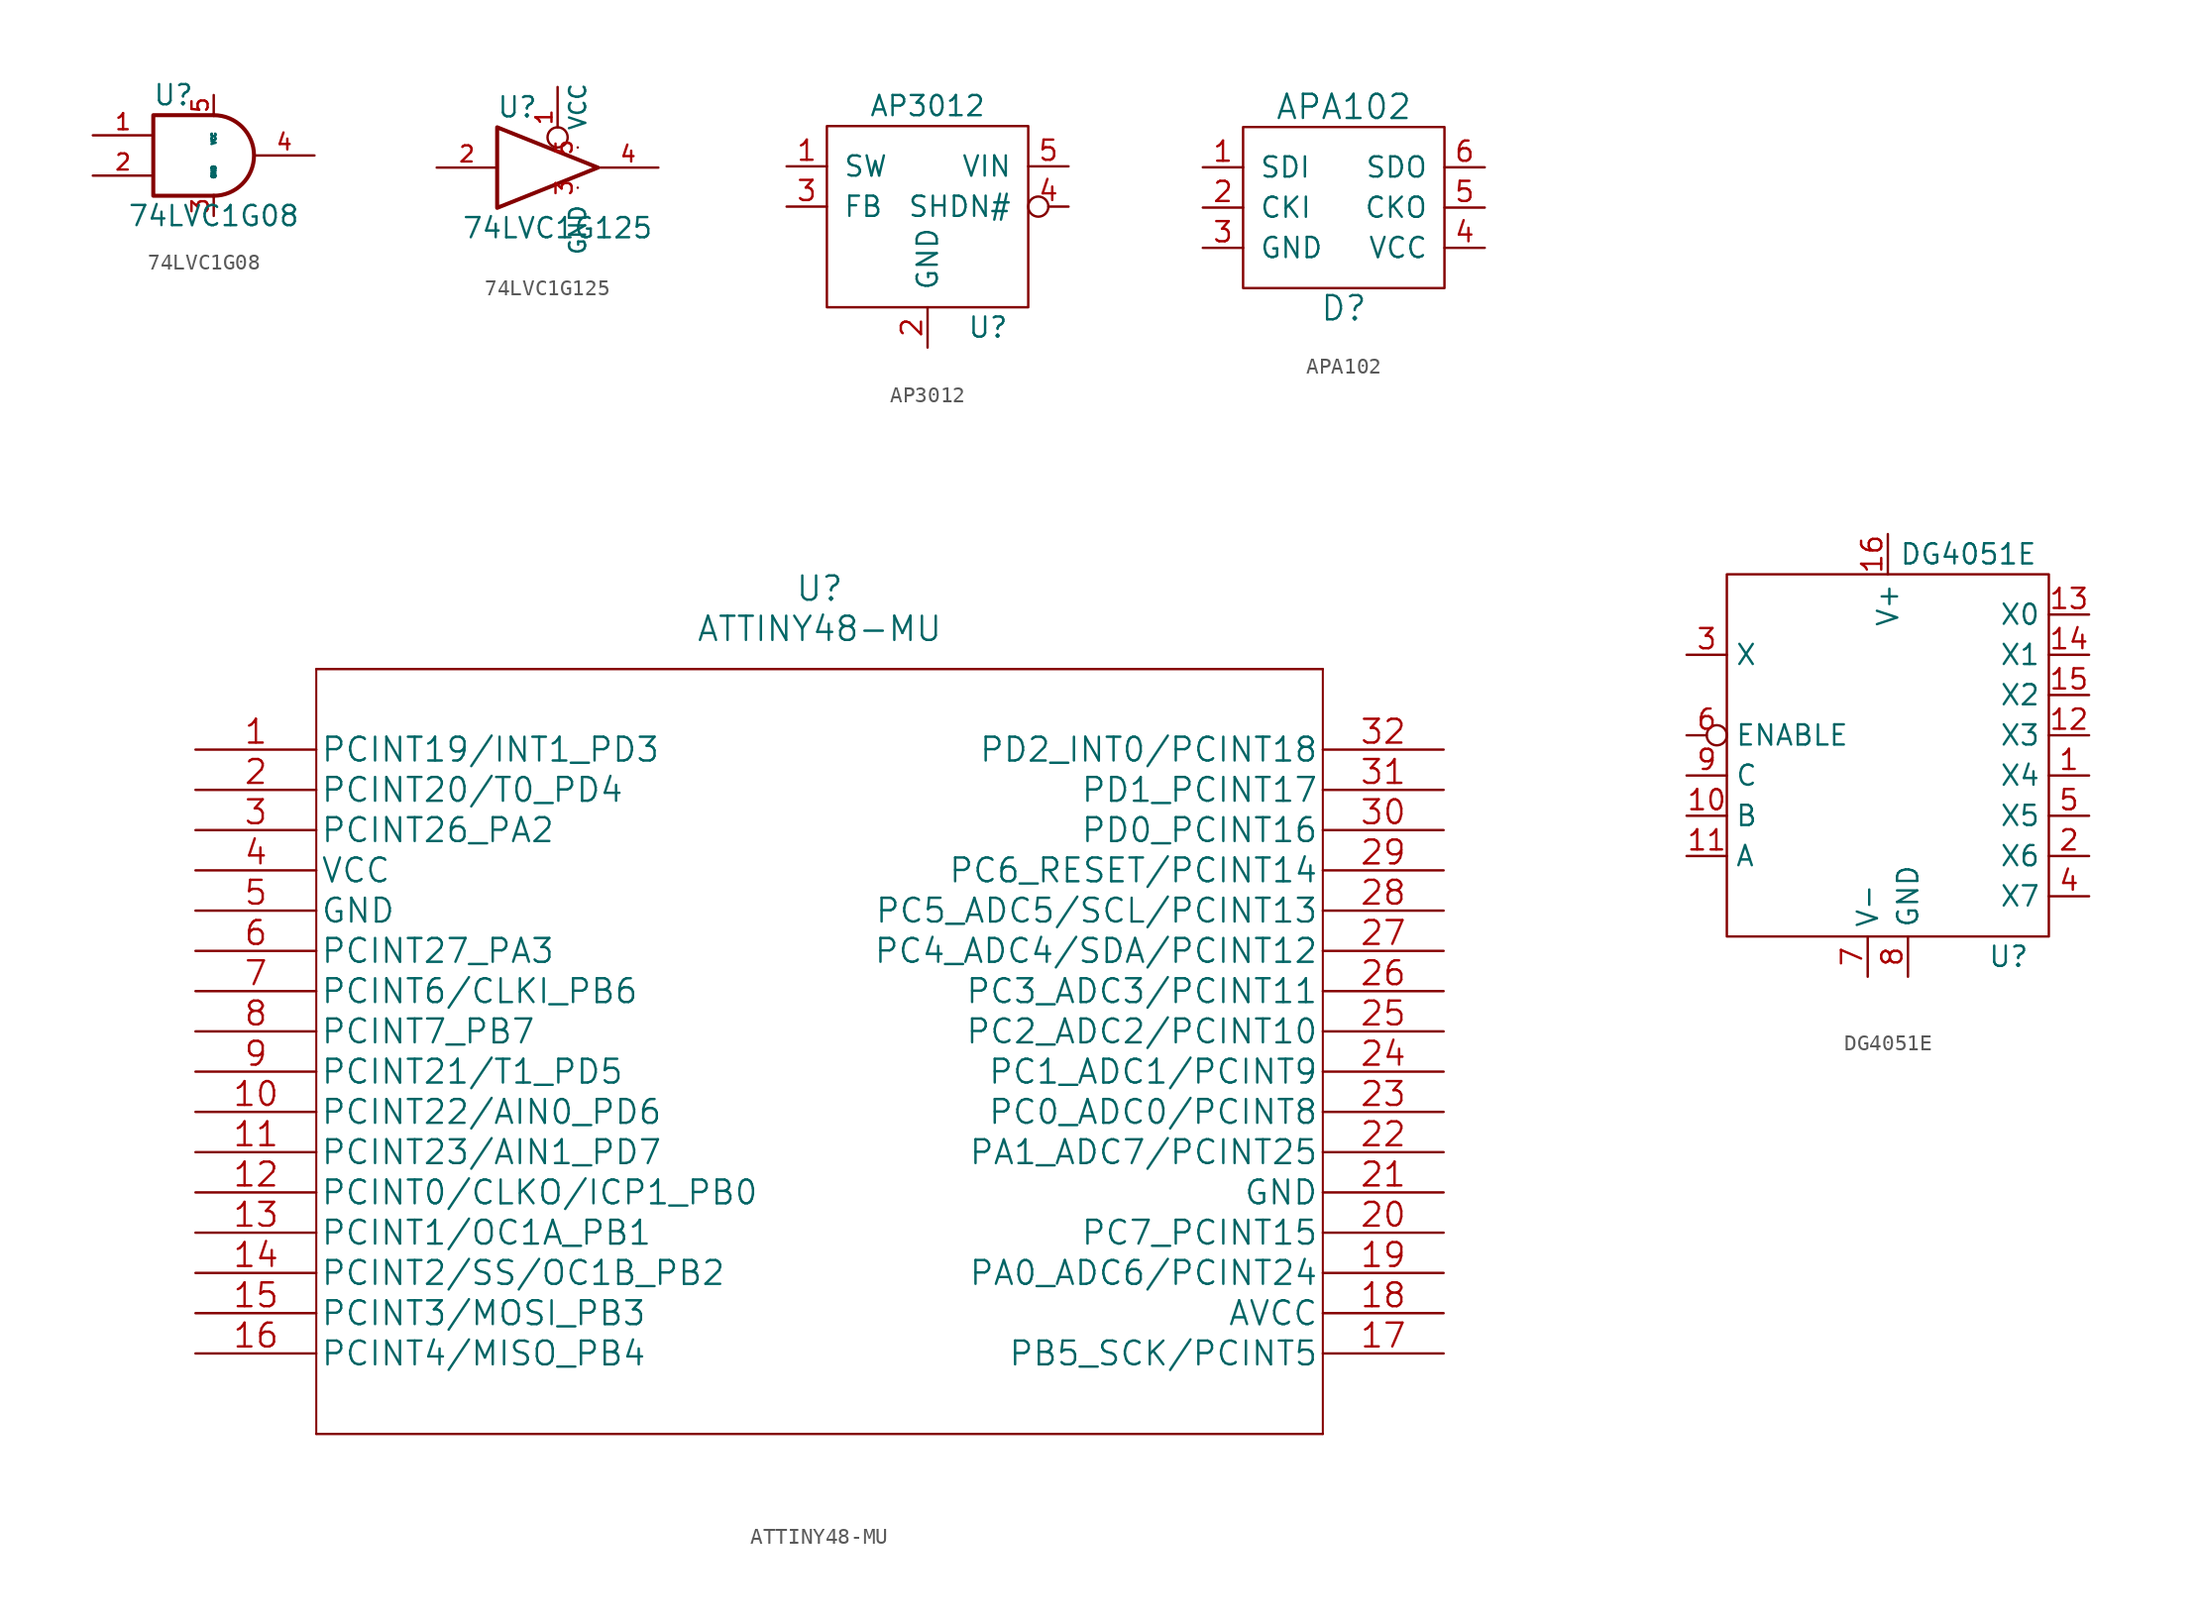
<source format=kicad_sym>
(kicad_symbol_lib
  (version 20231120)
  (generator "kicad_symbol_editor")
  (generator_version "8.0")
  (symbol "74LVC1G08"
    (pin_names
      (offset 1.016))
    (property "Reference" "U"
      (at -2.54 3.81 0)
      (effects (font (size 1.27 1.27))))
    (property "Value" "74LVC1G08"
      (at 0 -3.81 0)
      (effects (font (size 1.27 1.27))))
    (symbol "74LVC1G08_0_1"
      (arc (start 0 -2.54) (mid 2.529 0) (end 0 2.54) (stroke (width 0.254) (type default)) (fill (type none)))
      (polyline (pts (xy 0 -2.54) (xy -3.81 -2.54) (xy -3.81 2.54) (xy 0 2.54)) (stroke (width 0.254) (type default)) (fill (type none))))
    (symbol "74LVC1G08_1_1"
      (pin input line (at -7.62 1.27 0) (length 3.81) (name "~" (effects (font (size 1.016 1.016)))) (number "1" (effects (font (size 1.016 1.016)))))
      (pin input line (at -7.62 -1.27 0) (length 3.81) (name "~" (effects (font (size 1.016 1.016)))) (number "2" (effects (font (size 1.016 1.016)))))
      (pin power_in line (at 0 -3.81 90) (length 1.27) (name "GND" (effects (font (size 0.254 0.254)))) (number "3" (effects (font (size 1.016 1.016)))))
      (pin output line (at 6.35 0 180) (length 3.81) (name "~" (effects (font (size 1.016 1.016)))) (number "4" (effects (font (size 1.016 1.016)))))
      (pin power_in line (at 0 3.81 270) (length 1.27) (name "VCC" (effects (font (size 0.254 0.254)))) (number "5" (effects (font (size 1.016 1.016)))))))
  (symbol "74LVC1G125"
    (pin_names
      (offset 1.016))
    (property "Reference" "U"
      (at -2.54 3.81 0)
      (effects (font (size 1.27 1.27))))
    (property "Value" "74LVC1G125"
      (at 0 -3.81 0)
      (effects (font (size 1.27 1.27))))
    (symbol "74LVC1G125_0_1"
      (polyline (pts (xy -3.81 2.54) (xy -3.81 -2.54) (xy 2.54 0) (xy -3.81 2.54)) (stroke (width 0.254) (type default)) (fill (type none))))
    (symbol "74LVC1G125_1_1"
      (pin input inverted (at 0 5.08 270) (length 3.81) (name "~" (effects (font (size 1.016 1.016)))) (number "1" (effects (font (size 1.016 1.016)))))
      (pin input line (at -7.62 0 0) (length 3.81) (name "~" (effects (font (size 1.016 1.016)))) (number "2" (effects (font (size 1.016 1.016)))))
      (pin power_in line (at 1.27 -1.27 270) (length 0) (name "GND" (effects (font (size 1.016 1.016)))) (number "3" (effects (font (size 1.016 1.016)))))
      (pin tri_state line (at 6.35 0 180) (length 3.81) (name "~" (effects (font (size 1.016 1.016)))) (number "4" (effects (font (size 1.016 1.016)))))
      (pin power_in line (at 1.27 1.27 90) (length 0) (name "VCC" (effects (font (size 1.016 1.016)))) (number "5" (effects (font (size 1.016 1.016)))))))
  (symbol "AP3012"
    (pin_names
      (offset 1.016))
    (property "Reference" "U"
      (at 3.81 -7.62 0)
      (effects (font (size 1.27 1.27))))
    (property "Value" "AP3012"
      (at 0 6.35 0)
      (effects (font (size 1.27 1.27))))
    (symbol "AP3012_0_1"
      (rectangle (start -6.35 5.08) (end 6.35 -6.35) (stroke (width 0) (type default)) (fill (type none))))
    (symbol "AP3012_1_1"
      (pin power_out line (at -8.89 2.54 0) (length 2.54) (name "SW" (effects (font (size 1.27 1.27)))) (number "1" (effects (font (size 1.27 1.27)))))
      (pin power_in line (at 0 -8.89 90) (length 2.54) (name "GND" (effects (font (size 1.27 1.27)))) (number "2" (effects (font (size 1.27 1.27)))))
      (pin power_in line (at -8.89 0 0) (length 2.54) (name "FB" (effects (font (size 1.27 1.27)))) (number "3" (effects (font (size 1.27 1.27)))))
      (pin input inverted (at 8.89 0 180) (length 2.54) (name "SHDN#" (effects (font (size 1.27 1.27)))) (number "4" (effects (font (size 1.27 1.27)))))
      (pin power_in line (at 8.89 2.54 180) (length 2.54) (name "VIN" (effects (font (size 1.27 1.27)))) (number "5" (effects (font (size 1.27 1.27)))))))
  (symbol "APA102"
    (pin_names
      (offset 1.016))
    (property "Reference" "D"
      (at 0 -6.35 0)
      (effects (font (size 1.524 1.524))))
    (property "Value" "APA102"
      (at 0 6.35 0)
      (effects (font (size 1.524 1.524))))
    (symbol "APA102_0_1"
      (rectangle (start -6.35 5.08) (end 6.35 -5.08) (stroke (width 0) (type default)) (fill (type none))))
    (symbol "APA102_1_1"
      (pin input line (at -8.89 2.54 0) (length 2.54) (name "SDI" (effects (font (size 1.27 1.27)))) (number "1" (effects (font (size 1.27 1.27)))))
      (pin input line (at -8.89 0 0) (length 2.54) (name "CKI" (effects (font (size 1.27 1.27)))) (number "2" (effects (font (size 1.27 1.27)))))
      (pin power_in line (at -8.89 -2.54 0) (length 2.54) (name "GND" (effects (font (size 1.27 1.27)))) (number "3" (effects (font (size 1.27 1.27)))))
      (pin power_in line (at 8.89 -2.54 180) (length 2.54) (name "VCC" (effects (font (size 1.27 1.27)))) (number "4" (effects (font (size 1.27 1.27)))))
      (pin output line (at 8.89 0 180) (length 2.54) (name "CKO" (effects (font (size 1.27 1.27)))) (number "5" (effects (font (size 1.27 1.27)))))
      (pin output line (at 8.89 2.54 180) (length 2.54) (name "SDO" (effects (font (size 1.27 1.27)))) (number "6" (effects (font (size 1.27 1.27)))))))
  (symbol "ATTINY48-MU"
    (pin_names
      (offset 0.254))
    (property "Reference" "U"
      (at 68.58 10.16 0)
      (effects (font (size 1.524 1.524))))
    (property "Value" "ATTINY48-MU"
      (at 68.58 7.62 0)
      (effects (font (size 1.524 1.524))))
    (property "Datasheet" ""
      (at 29.21 0 0)
      (effects (font (size 1.524 1.524))))
    (symbol "ATTINY48-MU_0_1"
      (polyline (pts (xy 36.83 5.08) (xy 100.33 5.08)) (stroke (width 0) (type default)) (fill (type none)))
      (polyline (pts (xy 100.33 -43.18) (xy 36.83 -43.18)) (stroke (width 0) (type default)) (fill (type none))))
    (symbol "ATTINY48-MU_1_0"
      (polyline (pts (xy 36.83 5.08) (xy 36.83 -43.18)) (stroke (width 0.127) (type default)) (fill (type none)))
      (polyline (pts (xy 100.33 -43.18) (xy 100.33 5.08)) (stroke (width 0.127) (type default)) (fill (type none)))
      (pin bidirectional line (at 29.21 0 0) (length 7.62) (name "PCINT19/INT1_PD3" (effects (font (size 1.499 1.499)))) (number "1" (effects (font (size 1.499 1.499)))))
      (pin bidirectional line (at 29.21 -22.86 0) (length 7.62) (name "PCINT22/AIN0_PD6" (effects (font (size 1.499 1.499)))) (number "10" (effects (font (size 1.499 1.499)))))
      (pin bidirectional line (at 29.21 -25.4 0) (length 7.62) (name "PCINT23/AIN1_PD7" (effects (font (size 1.499 1.499)))) (number "11" (effects (font (size 1.499 1.499)))))
      (pin bidirectional line (at 29.21 -27.94 0) (length 7.62) (name "PCINT0/CLKO/ICP1_PB0" (effects (font (size 1.499 1.499)))) (number "12" (effects (font (size 1.499 1.499)))))
      (pin bidirectional line (at 29.21 -30.48 0) (length 7.62) (name "PCINT1/OC1A_PB1" (effects (font (size 1.499 1.499)))) (number "13" (effects (font (size 1.499 1.499)))))
      (pin bidirectional line (at 29.21 -33.02 0) (length 7.62) (name "PCINT2/SS/OC1B_PB2" (effects (font (size 1.499 1.499)))) (number "14" (effects (font (size 1.499 1.499)))))
      (pin bidirectional line (at 29.21 -35.56 0) (length 7.62) (name "PCINT3/MOSI_PB3" (effects (font (size 1.499 1.499)))) (number "15" (effects (font (size 1.499 1.499)))))
      (pin bidirectional line (at 29.21 -38.1 0) (length 7.62) (name "PCINT4/MISO_PB4" (effects (font (size 1.499 1.499)))) (number "16" (effects (font (size 1.499 1.499)))))
      (pin bidirectional line (at 107.95 -38.1 180) (length 7.62) (name "PB5_SCK/PCINT5" (effects (font (size 1.499 1.499)))) (number "17" (effects (font (size 1.499 1.499)))))
      (pin power_in line (at 107.95 -35.56 180) (length 7.62) (name "AVCC" (effects (font (size 1.499 1.499)))) (number "18" (effects (font (size 1.499 1.499)))))
      (pin bidirectional line (at 107.95 -33.02 180) (length 7.62) (name "PA0_ADC6/PCINT24" (effects (font (size 1.499 1.499)))) (number "19" (effects (font (size 1.499 1.499)))))
      (pin bidirectional line (at 29.21 -2.54 0) (length 7.62) (name "PCINT20/T0_PD4" (effects (font (size 1.499 1.499)))) (number "2" (effects (font (size 1.499 1.499)))))
      (pin bidirectional line (at 107.95 -30.48 180) (length 7.62) (name "PC7_PCINT15" (effects (font (size 1.499 1.499)))) (number "20" (effects (font (size 1.499 1.499)))))
      (pin power_in line (at 107.95 -27.94 180) (length 7.62) (name "GND" (effects (font (size 1.499 1.499)))) (number "21" (effects (font (size 1.499 1.499)))))
      (pin bidirectional line (at 107.95 -25.4 180) (length 7.62) (name "PA1_ADC7/PCINT25" (effects (font (size 1.499 1.499)))) (number "22" (effects (font (size 1.499 1.499)))))
      (pin bidirectional line (at 107.95 -22.86 180) (length 7.62) (name "PC0_ADC0/PCINT8" (effects (font (size 1.499 1.499)))) (number "23" (effects (font (size 1.499 1.499)))))
      (pin bidirectional line (at 107.95 -20.32 180) (length 7.62) (name "PC1_ADC1/PCINT9" (effects (font (size 1.499 1.499)))) (number "24" (effects (font (size 1.499 1.499)))))
      (pin bidirectional line (at 107.95 -17.78 180) (length 7.62) (name "PC2_ADC2/PCINT10" (effects (font (size 1.499 1.499)))) (number "25" (effects (font (size 1.499 1.499)))))
      (pin bidirectional line (at 107.95 -15.24 180) (length 7.62) (name "PC3_ADC3/PCINT11" (effects (font (size 1.499 1.499)))) (number "26" (effects (font (size 1.499 1.499)))))
      (pin bidirectional line (at 107.95 -12.7 180) (length 7.62) (name "PC4_ADC4/SDA/PCINT12" (effects (font (size 1.499 1.499)))) (number "27" (effects (font (size 1.499 1.499)))))
      (pin bidirectional line (at 107.95 -10.16 180) (length 7.62) (name "PC5_ADC5/SCL/PCINT13" (effects (font (size 1.499 1.499)))) (number "28" (effects (font (size 1.499 1.499)))))
      (pin bidirectional line (at 107.95 -7.62 180) (length 7.62) (name "PC6_RESET/PCINT14" (effects (font (size 1.499 1.499)))) (number "29" (effects (font (size 1.499 1.499)))))
      (pin bidirectional line (at 29.21 -5.08 0) (length 7.62) (name "PCINT26_PA2" (effects (font (size 1.499 1.499)))) (number "3" (effects (font (size 1.499 1.499)))))
      (pin bidirectional line (at 107.95 -5.08 180) (length 7.62) (name "PD0_PCINT16" (effects (font (size 1.499 1.499)))) (number "30" (effects (font (size 1.499 1.499)))))
      (pin bidirectional line (at 107.95 -2.54 180) (length 7.62) (name "PD1_PCINT17" (effects (font (size 1.499 1.499)))) (number "31" (effects (font (size 1.499 1.499)))))
      (pin bidirectional line (at 107.95 0 180) (length 7.62) (name "PD2_INT0/PCINT18" (effects (font (size 1.499 1.499)))) (number "32" (effects (font (size 1.499 1.499)))))
      (pin power_in line (at 29.21 -7.62 0) (length 7.62) (name "VCC" (effects (font (size 1.499 1.499)))) (number "4" (effects (font (size 1.499 1.499)))))
      (pin power_in line (at 29.21 -10.16 0) (length 7.62) (name "GND" (effects (font (size 1.499 1.499)))) (number "5" (effects (font (size 1.499 1.499)))))
      (pin bidirectional line (at 29.21 -12.7 0) (length 7.62) (name "PCINT27_PA3" (effects (font (size 1.499 1.499)))) (number "6" (effects (font (size 1.499 1.499)))))
      (pin bidirectional line (at 29.21 -15.24 0) (length 7.62) (name "PCINT6/CLKI_PB6" (effects (font (size 1.499 1.499)))) (number "7" (effects (font (size 1.499 1.499)))))
      (pin bidirectional line (at 29.21 -17.78 0) (length 7.62) (name "PCINT7_PB7" (effects (font (size 1.499 1.499)))) (number "8" (effects (font (size 1.499 1.499)))))
      (pin bidirectional line (at 29.21 -20.32 0) (length 7.62) (name "PCINT21/T1_PD5" (effects (font (size 1.499 1.499)))) (number "9" (effects (font (size 1.499 1.499)))))))
  (symbol "DG4051E"
    (property "Reference" "U"
      (at 7.62 -12.7 0)
      (effects (font (size 1.27 1.27))))
    (property "Value" "DG4051E"
      (at 5.08 12.7 0)
      (effects (font (size 1.27 1.27))))
    (symbol "DG4051E_0_1"
      (rectangle (start -10.16 11.43) (end 10.16 -11.43) (stroke (width 0) (type default)) (fill (type none))))
    (symbol "DG4051E_1_1"
      (pin bidirectional line (at 12.7 -1.27 180) (length 2.54) (name "X4" (effects (font (size 1.27 1.27)))) (number "1" (effects (font (size 1.27 1.27)))))
      (pin input line (at -12.7 -3.81 0) (length 2.54) (name "B" (effects (font (size 1.27 1.27)))) (number "10" (effects (font (size 1.27 1.27)))))
      (pin input line (at -12.7 -6.35 0) (length 2.54) (name "A" (effects (font (size 1.27 1.27)))) (number "11" (effects (font (size 1.27 1.27)))))
      (pin bidirectional line (at 12.7 1.27 180) (length 2.54) (name "X3" (effects (font (size 1.27 1.27)))) (number "12" (effects (font (size 1.27 1.27)))))
      (pin bidirectional line (at 12.7 8.89 180) (length 2.54) (name "X0" (effects (font (size 1.27 1.27)))) (number "13" (effects (font (size 1.27 1.27)))))
      (pin bidirectional line (at 12.7 6.35 180) (length 2.54) (name "X1" (effects (font (size 1.27 1.27)))) (number "14" (effects (font (size 1.27 1.27)))))
      (pin bidirectional line (at 12.7 3.81 180) (length 2.54) (name "X2" (effects (font (size 1.27 1.27)))) (number "15" (effects (font (size 1.27 1.27)))))
      (pin power_in line (at 0 13.97 270) (length 2.54) (name "V+" (effects (font (size 1.27 1.27)))) (number "16" (effects (font (size 1.27 1.27)))))
      (pin bidirectional line (at 12.7 -6.35 180) (length 2.54) (name "X6" (effects (font (size 1.27 1.27)))) (number "2" (effects (font (size 1.27 1.27)))))
      (pin bidirectional line (at -12.7 6.35 0) (length 2.54) (name "X" (effects (font (size 1.27 1.27)))) (number "3" (effects (font (size 1.27 1.27)))))
      (pin bidirectional line (at 12.7 -8.89 180) (length 2.54) (name "X7" (effects (font (size 1.27 1.27)))) (number "4" (effects (font (size 1.27 1.27)))))
      (pin bidirectional line (at 12.7 -3.81 180) (length 2.54) (name "X5" (effects (font (size 1.27 1.27)))) (number "5" (effects (font (size 1.27 1.27)))))
      (pin input inverted (at -12.7 1.27 0) (length 2.54) (name "ENABLE" (effects (font (size 1.27 1.27)))) (number "6" (effects (font (size 1.27 1.27)))))
      (pin power_in line (at -1.27 -13.97 90) (length 2.54) (name "V-" (effects (font (size 1.27 1.27)))) (number "7" (effects (font (size 1.27 1.27)))))
      (pin power_in line (at 1.27 -13.97 90) (length 2.54) (name "GND" (effects (font (size 1.27 1.27)))) (number "8" (effects (font (size 1.27 1.27)))))
      (pin input line (at -12.7 -1.27 0) (length 2.54) (name "C" (effects (font (size 1.27 1.27)))) (number "9" (effects (font (size 1.27 1.27))))))))
</source>
